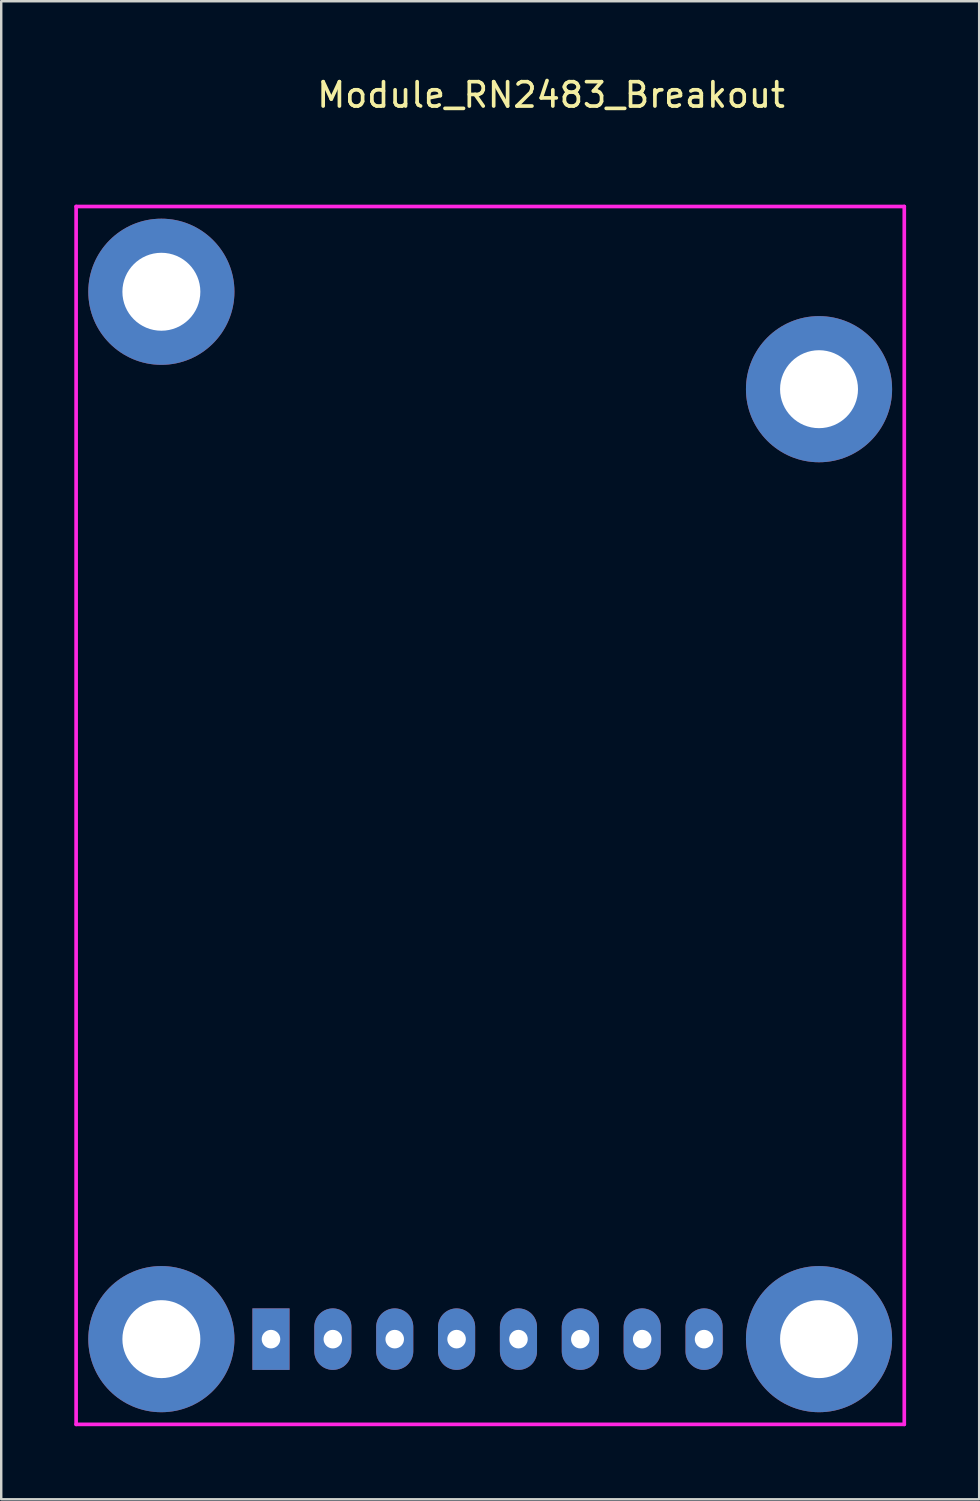
<source format=kicad_pcb>
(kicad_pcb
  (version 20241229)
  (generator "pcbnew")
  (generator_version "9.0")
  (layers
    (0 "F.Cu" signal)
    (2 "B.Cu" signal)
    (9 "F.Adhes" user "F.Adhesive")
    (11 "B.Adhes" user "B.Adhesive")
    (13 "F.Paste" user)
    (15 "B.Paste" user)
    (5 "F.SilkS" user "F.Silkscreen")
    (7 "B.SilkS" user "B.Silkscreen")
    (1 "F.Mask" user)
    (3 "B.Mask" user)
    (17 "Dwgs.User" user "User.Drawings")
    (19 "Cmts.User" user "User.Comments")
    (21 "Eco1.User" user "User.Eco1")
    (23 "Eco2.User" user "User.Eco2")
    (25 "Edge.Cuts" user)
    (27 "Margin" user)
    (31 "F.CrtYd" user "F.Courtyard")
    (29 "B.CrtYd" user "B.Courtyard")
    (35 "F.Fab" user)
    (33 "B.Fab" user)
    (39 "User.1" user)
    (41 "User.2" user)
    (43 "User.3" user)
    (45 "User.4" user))
  (footprint "Module_RN2483_Breakout"
    (layer "F.Cu")
    (at 8.075 51.928)
    (property "Reference" "Module_RN2483_Breakout" (at 11.5 -51.08 0) (layer "F.SilkS") (effects (font (size 1 1) (thickness 0.15))))
    (attr through_hole)
    (fp_line (start -8 -46.5) (end 26 -46.5) (stroke (width 0.15) (type solid)) (layer "F.CrtYd"))
    (fp_line (start -8 3.5) (end -8 -46.5) (stroke (width 0.15) (type solid)) (layer "F.CrtYd"))
    (fp_line (start 26 -46.5) (end 26 3.5) (stroke (width 0.15) (type solid)) (layer "F.CrtYd"))
    (fp_line (start 26 3.5) (end -8 3.5) (stroke (width 0.15) (type solid)) (layer "F.CrtYd"))
    (pad "" thru_hole circle (at -4.5 -43) (size 6 6) (drill 3.2) (layers "*.Cu" "*.Mask"))
    (pad "" thru_hole circle (at -4.5 0) (size 6 6) (drill 3.2) (layers "*.Cu" "*.Mask"))
    (pad "" thru_hole circle (at 22.5 -39) (size 6 6) (drill 3.2) (layers "*.Cu" "*.Mask"))
    (pad "" thru_hole circle (at 22.5 0) (size 6 6) (drill 3.2) (layers "*.Cu" "*.Mask"))
    (pad "1" thru_hole rect (at 0 0) (size 1.524 2.524) (drill 0.762) (layers "*.Cu" "*.Mask"))
    (pad "2" thru_hole oval (at 2.54 0) (size 1.524 2.524) (drill 0.762) (layers "*.Cu" "*.Mask"))
    (pad "3" thru_hole oval (at 5.08 0) (size 1.524 2.524) (drill 0.762) (layers "*.Cu" "*.Mask"))
    (pad "4" thru_hole oval (at 7.62 0) (size 1.524 2.524) (drill 0.762) (layers "*.Cu" "*.Mask"))
    (pad "5" thru_hole oval (at 10.16 0) (size 1.524 2.524) (drill 0.762) (layers "*.Cu" "*.Mask"))
    (pad "6" thru_hole oval (at 12.7 0) (size 1.524 2.524) (drill 0.762) (layers "*.Cu" "*.Mask"))
    (pad "7" thru_hole oval (at 15.24 0) (size 1.524 2.524) (drill 0.762) (layers "*.Cu" "*.Mask"))
    (pad "8" thru_hole oval (at 17.78 0) (size 1.524 2.524) (drill 0.762) (layers "*.Cu" "*.Mask")))
  (gr_rect
    (start -3 -3)
    (end 37.15 58.503)
    (stroke (width 0.1) (type default))
    (fill no)
    (layer "Edge.Cuts")))
</source>
